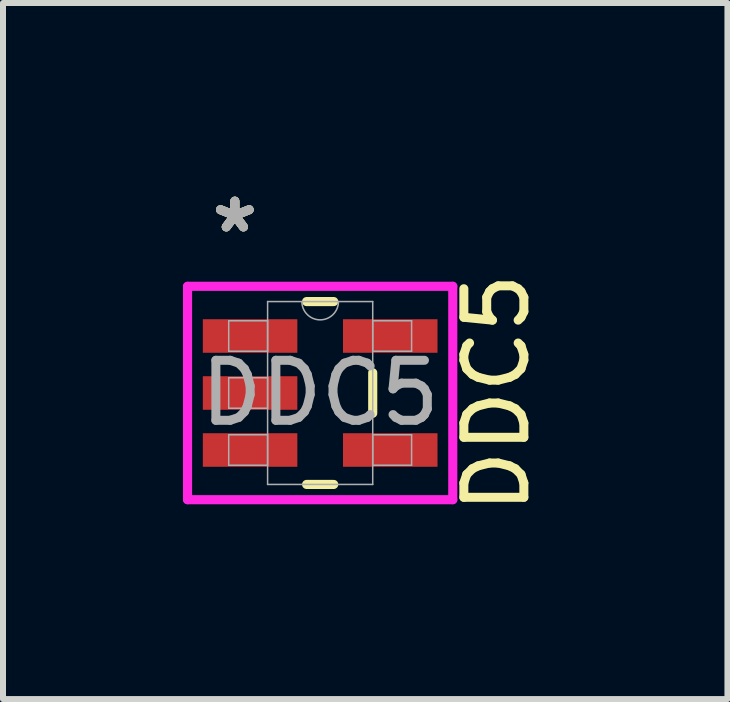
<source format=kicad_pcb>
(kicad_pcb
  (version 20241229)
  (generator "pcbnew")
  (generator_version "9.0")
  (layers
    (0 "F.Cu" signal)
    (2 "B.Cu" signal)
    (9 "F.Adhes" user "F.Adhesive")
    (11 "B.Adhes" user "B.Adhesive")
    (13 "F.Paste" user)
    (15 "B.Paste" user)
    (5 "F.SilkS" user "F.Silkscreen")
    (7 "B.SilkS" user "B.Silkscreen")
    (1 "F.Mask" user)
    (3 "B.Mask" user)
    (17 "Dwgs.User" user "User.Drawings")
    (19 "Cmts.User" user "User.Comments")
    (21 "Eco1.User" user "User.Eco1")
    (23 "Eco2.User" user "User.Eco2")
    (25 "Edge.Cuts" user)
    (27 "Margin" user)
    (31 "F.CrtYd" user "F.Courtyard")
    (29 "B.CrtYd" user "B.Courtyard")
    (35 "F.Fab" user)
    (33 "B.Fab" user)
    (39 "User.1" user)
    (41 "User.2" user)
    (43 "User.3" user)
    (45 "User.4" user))
  (footprint "DDC5"
    (layer "F.Cu")
    (at 2.286 3.5)
    (property "Reference" "DDC5" (at 2.94 0 90) (unlocked yes) (layer "F.SilkS") (effects (font (size 1 1) (thickness 0.15))))
    (attr smd)
    (fp_line (start -0.226 1.524) (end 0.226 1.524) (stroke (width 0.152) (type solid)) (layer "F.SilkS"))
    (fp_line (start 0.226 -1.524) (end -0.226 -1.524) (stroke (width 0.152) (type solid)) (layer "F.SilkS"))
    (fp_line (start 0.876 0.338) (end 0.876 -0.338) (stroke (width 0.152) (type solid)) (layer "F.SilkS"))
    (fp_line (start -2.21 -1.778) (end 2.21 -1.778) (stroke (width 0.152) (type solid)) (layer "F.CrtYd"))
    (fp_line (start -2.21 1.778) (end -2.21 -1.778) (stroke (width 0.152) (type solid)) (layer "F.CrtYd"))
    (fp_line (start 2.21 -1.778) (end 2.21 1.778) (stroke (width 0.152) (type solid)) (layer "F.CrtYd"))
    (fp_line (start 2.21 1.778) (end -2.21 1.778) (stroke (width 0.152) (type solid)) (layer "F.CrtYd"))
    (fp_line (start -1.524 -1.204) (end -1.524 -0.696) (stroke (width 0.025) (type solid)) (layer "F.Fab"))
    (fp_line (start -1.524 -0.696) (end -0.876 -0.696) (stroke (width 0.025) (type solid)) (layer "F.Fab"))
    (fp_line (start -1.524 -0.254) (end -1.524 0.254) (stroke (width 0.025) (type solid)) (layer "F.Fab"))
    (fp_line (start -1.524 0.254) (end -0.876 0.254) (stroke (width 0.025) (type solid)) (layer "F.Fab"))
    (fp_line (start -1.524 0.696) (end -1.524 1.204) (stroke (width 0.025) (type solid)) (layer "F.Fab"))
    (fp_line (start -1.524 1.204) (end -0.876 1.204) (stroke (width 0.025) (type solid)) (layer "F.Fab"))
    (fp_line (start -0.876 -1.524) (end -0.876 1.524) (stroke (width 0.025) (type solid)) (layer "F.Fab"))
    (fp_line (start -0.876 -1.204) (end -1.524 -1.204) (stroke (width 0.025) (type solid)) (layer "F.Fab"))
    (fp_line (start -0.876 -0.696) (end -0.876 -1.204) (stroke (width 0.025) (type solid)) (layer "F.Fab"))
    (fp_line (start -0.876 -0.254) (end -1.524 -0.254) (stroke (width 0.025) (type solid)) (layer "F.Fab"))
    (fp_line (start -0.876 0.254) (end -0.876 -0.254) (stroke (width 0.025) (type solid)) (layer "F.Fab"))
    (fp_line (start -0.876 0.696) (end -1.524 0.696) (stroke (width 0.025) (type solid)) (layer "F.Fab"))
    (fp_line (start -0.876 1.204) (end -0.876 0.696) (stroke (width 0.025) (type solid)) (layer "F.Fab"))
    (fp_line (start -0.876 1.524) (end 0.876 1.524) (stroke (width 0.025) (type solid)) (layer "F.Fab"))
    (fp_line (start 0.876 -1.524) (end -0.876 -1.524) (stroke (width 0.025) (type solid)) (layer "F.Fab"))
    (fp_line (start 0.876 -1.204) (end 0.876 -0.696) (stroke (width 0.025) (type solid)) (layer "F.Fab"))
    (fp_line (start 0.876 -0.696) (end 1.524 -0.696) (stroke (width 0.025) (type solid)) (layer "F.Fab"))
    (fp_line (start 0.876 0.696) (end 0.876 1.204) (stroke (width 0.025) (type solid)) (layer "F.Fab"))
    (fp_line (start 0.876 1.204) (end 1.524 1.204) (stroke (width 0.025) (type solid)) (layer "F.Fab"))
    (fp_line (start 0.876 1.524) (end 0.876 -1.524) (stroke (width 0.025) (type solid)) (layer "F.Fab"))
    (fp_line (start 1.524 -1.204) (end 0.876 -1.204) (stroke (width 0.025) (type solid)) (layer "F.Fab"))
    (fp_line (start 1.524 -0.696) (end 1.524 -1.204) (stroke (width 0.025) (type solid)) (layer "F.Fab"))
    (fp_line (start 1.524 0.696) (end 0.876 0.696) (stroke (width 0.025) (type solid)) (layer "F.Fab"))
    (fp_line (start 1.524 1.204) (end 1.524 0.696) (stroke (width 0.025) (type solid)) (layer "F.Fab"))
    (fp_arc (start 0.3048 -1.524) (mid 0 -1.2192) (end -0.3048 -1.524) (stroke (width 0.0254) (type solid)) (layer "F.Fab"))
    (fp_text user "*" (at -1.422 -2.652 180) (layer "F.SilkS") (effects (font (size 1 1) (thickness 0.15))))
    (fp_text user "*" (at -1.422 -2.652 0) (unlocked yes) (layer "F.SilkS") (effects (font (size 1 1) (thickness 0.15))))
    (fp_text user "${REFERENCE}" (at 0 0 0) (unlocked yes) (layer "F.Fab") (effects (font (size 1 1) (thickness 0.15))))
    (fp_text user "*" (at -1.422 -2.652 0) (unlocked yes) (layer "F.Fab") (effects (font (size 1 1) (thickness 0.15))))
    (fp_text user "*" (at -1.422 -2.652 180) (layer "F.Fab") (effects (font (size 1 1) (thickness 0.15))))
    (pad "1" smd rect (at -1.168 -0.95) (size 1.575 0.559) (layers "F.Cu" "F.Mask" "F.Paste"))
    (pad "2" smd rect (at -1.168 0) (size 1.575 0.559) (layers "F.Cu" "F.Mask" "F.Paste"))
    (pad "3" smd rect (at -1.168 0.95) (size 1.575 0.559) (layers "F.Cu" "F.Mask" "F.Paste"))
    (pad "4" smd rect (at 1.168 0.95) (size 1.575 0.559) (layers "F.Cu" "F.Mask" "F.Paste"))
    (pad "5" smd rect (at 1.168 -0.95) (size 1.575 0.559) (layers "F.Cu" "F.Mask" "F.Paste")))
  (gr_rect
    (start -3 -3)
    (end 9.074 8.601)
    (stroke (width 0.1) (type default))
    (fill no)
    (layer "Edge.Cuts")))
</source>
